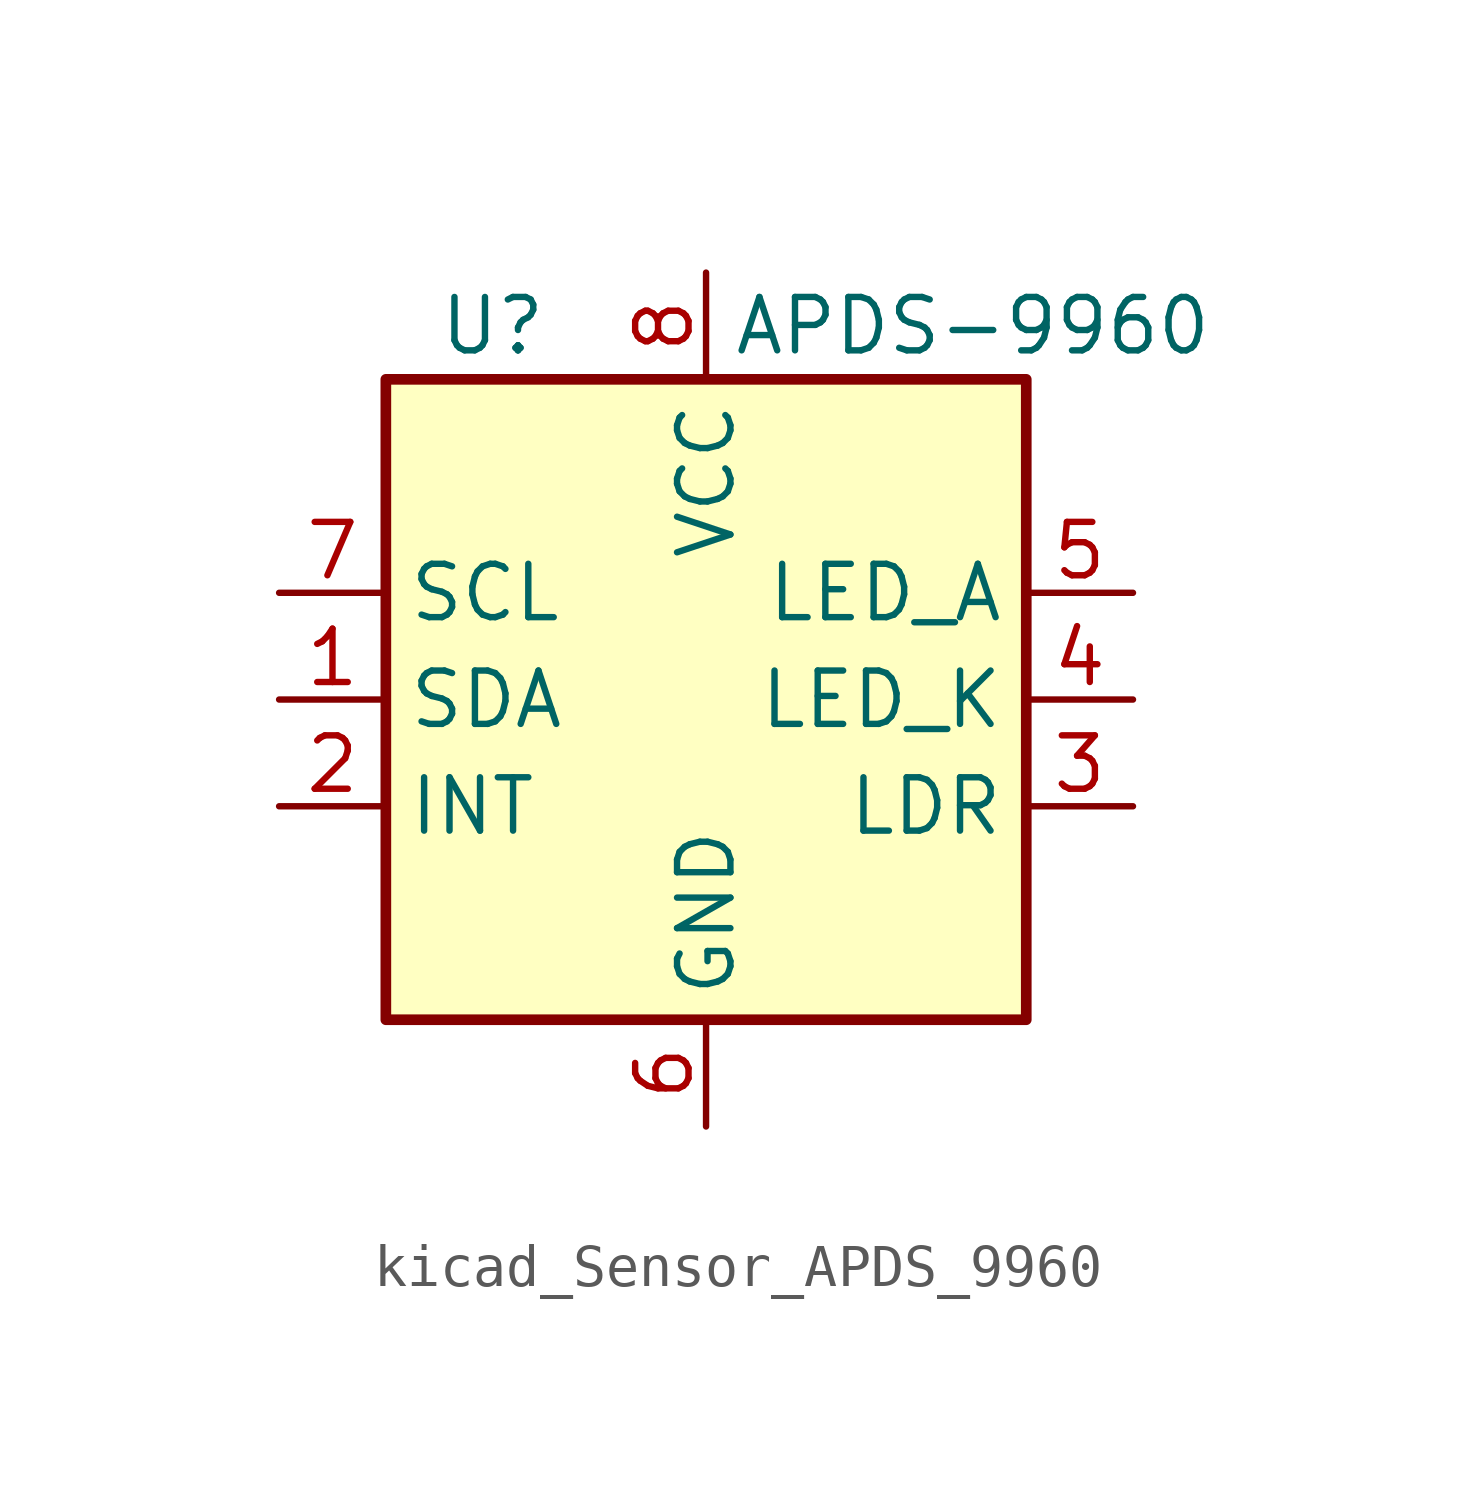
<source format=kicad_sym>
(kicad_symbol_lib
  (version 20220914)
  (generator kicad_symbol_editor)
  (symbol "kicad_Sensor_APDS_9960"
    (property "Reference" "U"
      (at -5.08 8.89 0)
      (effects (font (size 1.27 1.27))))
    (property "Value" "APDS-9960"
      (at 6.35 8.89 0)
      (effects (font (size 1.27 1.27))))
    (symbol "kicad_Sensor_APDS_9960_0_1"
      (rectangle (start -7.62 7.62) (end 7.62 -7.62) (stroke (width 0.254) (type default)) (fill (type background))))
    (symbol "kicad_Sensor_APDS_9960_1_1"
      (pin bidirectional line (at -10.16 0 0) (length 2.54) (name "SDA" (effects (font (size 1.27 1.27)))) (number "1" (effects (font (size 1.27 1.27)))))
      (pin open_collector line (at -10.16 -2.54 0) (length 2.54) (name "INT" (effects (font (size 1.27 1.27)))) (number "2" (effects (font (size 1.27 1.27)))))
      (pin passive line (at 10.16 -2.54 180) (length 2.54) (name "LDR" (effects (font (size 1.27 1.27)))) (number "3" (effects (font (size 1.27 1.27)))))
      (pin passive line (at 10.16 0 180) (length 2.54) (name "LED_K" (effects (font (size 1.27 1.27)))) (number "4" (effects (font (size 1.27 1.27)))))
      (pin passive line (at 10.16 2.54 180) (length 2.54) (name "LED_A" (effects (font (size 1.27 1.27)))) (number "5" (effects (font (size 1.27 1.27)))))
      (pin power_in line (at 0 -10.16 90) (length 2.54) (name "GND" (effects (font (size 1.27 1.27)))) (number "6" (effects (font (size 1.27 1.27)))))
      (pin input line (at -10.16 2.54 0) (length 2.54) (name "SCL" (effects (font (size 1.27 1.27)))) (number "7" (effects (font (size 1.27 1.27)))))
      (pin power_in line (at 0 10.16 270) (length 2.54) (name "VCC" (effects (font (size 1.27 1.27)))) (number "8" (effects (font (size 1.27 1.27))))))))
</source>
